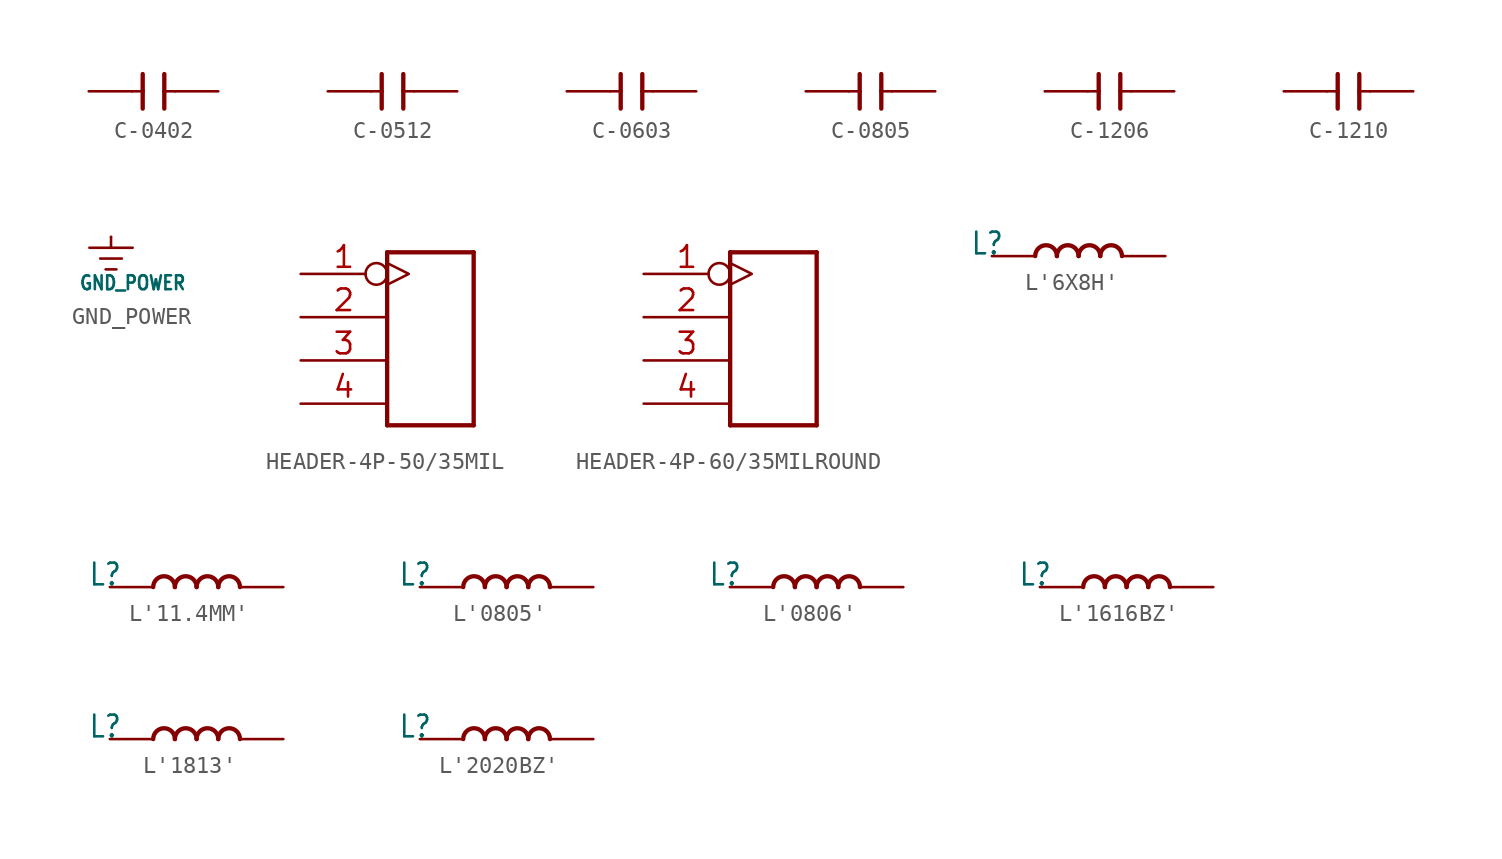
<source format=kicad_sym>
(kicad_symbol_lib
  (version 20220914)
  (generator kicad_symbol_editor)
  (symbol "C-0402"
    (property "Reference" "C"
      (at -3.81 0 0)
      (effects (font (size 1.27 1.079)) (justify left bottom) hide))
    (property "ki_locked" ""
      (at 0 0 0)
      (effects (font (size 1.27 1.27))))
    (symbol "C-0402_1_0"
      (polyline (pts (xy -1.27 0) (xy -0.635 0)) (stroke (width 0.152) (type solid)) (fill (type none)))
      (polyline (pts (xy -0.635 -1.016) (xy -0.635 0)) (stroke (width 0.254) (type solid)) (fill (type none)))
      (polyline (pts (xy -0.635 0) (xy -0.635 1.016)) (stroke (width 0.254) (type solid)) (fill (type none)))
      (polyline (pts (xy 0.635 0) (xy 0.635 -1.016)) (stroke (width 0.254) (type solid)) (fill (type none)))
      (polyline (pts (xy 0.635 0) (xy 1.27 0)) (stroke (width 0.152) (type solid)) (fill (type none)))
      (polyline (pts (xy 0.635 1.016) (xy 0.635 0)) (stroke (width 0.254) (type solid)) (fill (type none)))
      (pin passive line (at -3.81 0 0) (length 2.54) (name "1" (effects (font (size 0 0)))) (number "1" (effects (font (size 0 0)))))
      (pin passive line (at 3.81 0 180) (length 2.54) (name "2" (effects (font (size 0 0)))) (number "2" (effects (font (size 0 0)))))))
  (symbol "C-0512"
    (property "Reference" "C"
      (at -3.81 0 0)
      (effects (font (size 1.27 1.079)) (justify left bottom) hide))
    (property "ki_locked" ""
      (at 0 0 0)
      (effects (font (size 1.27 1.27))))
    (symbol "C-0512_1_0"
      (polyline (pts (xy -1.27 0) (xy -0.635 0)) (stroke (width 0.152) (type solid)) (fill (type none)))
      (polyline (pts (xy -0.635 -1.016) (xy -0.635 0)) (stroke (width 0.254) (type solid)) (fill (type none)))
      (polyline (pts (xy -0.635 0) (xy -0.635 1.016)) (stroke (width 0.254) (type solid)) (fill (type none)))
      (polyline (pts (xy 0.635 0) (xy 0.635 -1.016)) (stroke (width 0.254) (type solid)) (fill (type none)))
      (polyline (pts (xy 0.635 0) (xy 1.27 0)) (stroke (width 0.152) (type solid)) (fill (type none)))
      (polyline (pts (xy 0.635 1.016) (xy 0.635 0)) (stroke (width 0.254) (type solid)) (fill (type none)))
      (pin passive line (at -3.81 0 0) (length 2.54) (name "1" (effects (font (size 0 0)))) (number "P$1" (effects (font (size 0 0)))))
      (pin passive line (at 3.81 0 180) (length 2.54) (name "2" (effects (font (size 0 0)))) (number "P$2" (effects (font (size 0 0)))))))
  (symbol "C-0603"
    (property "Reference" "C"
      (at -3.81 0 0)
      (effects (font (size 1.27 1.079)) (justify left bottom) hide))
    (property "ki_locked" ""
      (at 0 0 0)
      (effects (font (size 1.27 1.27))))
    (symbol "C-0603_1_0"
      (polyline (pts (xy -1.27 0) (xy -0.635 0)) (stroke (width 0.152) (type solid)) (fill (type none)))
      (polyline (pts (xy -0.635 -1.016) (xy -0.635 0)) (stroke (width 0.254) (type solid)) (fill (type none)))
      (polyline (pts (xy -0.635 0) (xy -0.635 1.016)) (stroke (width 0.254) (type solid)) (fill (type none)))
      (polyline (pts (xy 0.635 0) (xy 0.635 -1.016)) (stroke (width 0.254) (type solid)) (fill (type none)))
      (polyline (pts (xy 0.635 0) (xy 1.27 0)) (stroke (width 0.152) (type solid)) (fill (type none)))
      (polyline (pts (xy 0.635 1.016) (xy 0.635 0)) (stroke (width 0.254) (type solid)) (fill (type none)))
      (pin passive line (at -3.81 0 0) (length 2.54) (name "1" (effects (font (size 0 0)))) (number "1" (effects (font (size 0 0)))))
      (pin passive line (at 3.81 0 180) (length 2.54) (name "2" (effects (font (size 0 0)))) (number "2" (effects (font (size 0 0)))))))
  (symbol "C-0805"
    (property "Reference" "C"
      (at -3.81 0 0)
      (effects (font (size 1.27 1.079)) (justify left bottom) hide))
    (property "ki_locked" ""
      (at 0 0 0)
      (effects (font (size 1.27 1.27))))
    (symbol "C-0805_1_0"
      (polyline (pts (xy -1.27 0) (xy -0.635 0)) (stroke (width 0.152) (type solid)) (fill (type none)))
      (polyline (pts (xy -0.635 -1.016) (xy -0.635 0)) (stroke (width 0.254) (type solid)) (fill (type none)))
      (polyline (pts (xy -0.635 0) (xy -0.635 1.016)) (stroke (width 0.254) (type solid)) (fill (type none)))
      (polyline (pts (xy 0.635 0) (xy 0.635 -1.016)) (stroke (width 0.254) (type solid)) (fill (type none)))
      (polyline (pts (xy 0.635 0) (xy 1.27 0)) (stroke (width 0.152) (type solid)) (fill (type none)))
      (polyline (pts (xy 0.635 1.016) (xy 0.635 0)) (stroke (width 0.254) (type solid)) (fill (type none)))
      (pin passive line (at -3.81 0 0) (length 2.54) (name "1" (effects (font (size 0 0)))) (number "1" (effects (font (size 0 0)))))
      (pin passive line (at 3.81 0 180) (length 2.54) (name "2" (effects (font (size 0 0)))) (number "2" (effects (font (size 0 0)))))))
  (symbol "C-1206"
    (property "Reference" "C"
      (at -3.81 0 0)
      (effects (font (size 1.27 1.079)) (justify left bottom) hide))
    (property "ki_locked" ""
      (at 0 0 0)
      (effects (font (size 1.27 1.27))))
    (symbol "C-1206_1_0"
      (polyline (pts (xy -1.27 0) (xy -0.635 0)) (stroke (width 0.152) (type solid)) (fill (type none)))
      (polyline (pts (xy -0.635 -1.016) (xy -0.635 0)) (stroke (width 0.254) (type solid)) (fill (type none)))
      (polyline (pts (xy -0.635 0) (xy -0.635 1.016)) (stroke (width 0.254) (type solid)) (fill (type none)))
      (polyline (pts (xy 0.635 0) (xy 0.635 -1.016)) (stroke (width 0.254) (type solid)) (fill (type none)))
      (polyline (pts (xy 0.635 0) (xy 1.27 0)) (stroke (width 0.152) (type solid)) (fill (type none)))
      (polyline (pts (xy 0.635 1.016) (xy 0.635 0)) (stroke (width 0.254) (type solid)) (fill (type none)))
      (pin passive line (at -3.81 0 0) (length 2.54) (name "1" (effects (font (size 0 0)))) (number "1" (effects (font (size 0 0)))))
      (pin passive line (at 3.81 0 180) (length 2.54) (name "2" (effects (font (size 0 0)))) (number "2" (effects (font (size 0 0)))))))
  (symbol "C-1210"
    (property "Reference" "C"
      (at -3.81 0 0)
      (effects (font (size 1.27 1.079)) (justify left bottom) hide))
    (property "ki_locked" ""
      (at 0 0 0)
      (effects (font (size 1.27 1.27))))
    (symbol "C-1210_1_0"
      (polyline (pts (xy -1.27 0) (xy -0.635 0)) (stroke (width 0.152) (type solid)) (fill (type none)))
      (polyline (pts (xy -0.635 -1.016) (xy -0.635 0)) (stroke (width 0.254) (type solid)) (fill (type none)))
      (polyline (pts (xy -0.635 0) (xy -0.635 1.016)) (stroke (width 0.254) (type solid)) (fill (type none)))
      (polyline (pts (xy 0.635 0) (xy 0.635 -1.016)) (stroke (width 0.254) (type solid)) (fill (type none)))
      (polyline (pts (xy 0.635 0) (xy 1.27 0)) (stroke (width 0.152) (type solid)) (fill (type none)))
      (polyline (pts (xy 0.635 1.016) (xy 0.635 0)) (stroke (width 0.254) (type solid)) (fill (type none)))
      (pin passive line (at -3.81 0 0) (length 2.54) (name "1" (effects (font (size 0 0)))) (number "1" (effects (font (size 0 0)))))
      (pin passive line (at 3.81 0 180) (length 2.54) (name "2" (effects (font (size 0 0)))) (number "2" (effects (font (size 0 0)))))))
  (symbol "GND_POWER"
    (power)
    (property "Reference" ""
      (at 0 0 0)
      (effects (font (size 1.27 1.27)) hide))
    (property "Value" "GND_POWER"
      (at -1.905 -3.175 0)
      (effects (font (size 0.813 0.691)) (justify left bottom)))
    (property "ki_locked" ""
      (at 0 0 0)
      (effects (font (size 1.27 1.27))))
    (symbol "GND_POWER_1_0"
      (polyline (pts (xy -1.27 -0.635) (xy 0 -0.635)) (stroke (width 0.152) (type solid)) (fill (type none)))
      (polyline (pts (xy -0.635 -1.27) (xy 0.635 -1.27)) (stroke (width 0.152) (type solid)) (fill (type none)))
      (polyline (pts (xy -0.318 -1.905) (xy 0.318 -1.905)) (stroke (width 0.152) (type solid)) (fill (type none)))
      (polyline (pts (xy 0 -0.635) (xy 1.27 -0.635)) (stroke (width 0.152) (type solid)) (fill (type none)))
      (polyline (pts (xy 0 0) (xy 0 -0.635)) (stroke (width 0.152) (type solid)) (fill (type none)))
      (pin power_in line (at 0 0 270) (length 0) (name "GND" (effects (font (size 0 0)))) (number "1" (effects (font (size 0 0)))))))
  (symbol "HEADER-4P-50/35MIL"
    (property "Reference" "J"
      (at -3.81 5.08 0)
      (effects (font (size 1.27 1.079)) (justify left bottom) hide))
    (property "ki_locked" ""
      (at 0 0 0)
      (effects (font (size 1.27 1.27))))
    (symbol "HEADER-4P-50/35MIL_1_0"
      (polyline (pts (xy -2.54 -5.08) (xy -2.54 5.08)) (stroke (width 0.254) (type solid)) (fill (type none)))
      (polyline (pts (xy -2.54 5.08) (xy 2.54 5.08)) (stroke (width 0.254) (type solid)) (fill (type none)))
      (polyline (pts (xy 2.54 -5.08) (xy -2.54 -5.08)) (stroke (width 0.254) (type solid)) (fill (type none)))
      (polyline (pts (xy 2.54 5.08) (xy 2.54 -5.08)) (stroke (width 0.254) (type solid)) (fill (type none)))
      (pin bidirectional inverted_clock (at -7.62 3.81 0) (length 5.08) (name "P$1" (effects (font (size 0 0)))) (number "1" (effects (font (size 1.27 1.27)))))
      (pin bidirectional line (at -7.62 1.27 0) (length 5.08) (name "P$2" (effects (font (size 0 0)))) (number "2" (effects (font (size 1.27 1.27)))))
      (pin bidirectional line (at -7.62 -1.27 0) (length 5.08) (name "P$3" (effects (font (size 0 0)))) (number "3" (effects (font (size 1.27 1.27)))))
      (pin bidirectional line (at -7.62 -3.81 0) (length 5.08) (name "P$4" (effects (font (size 0 0)))) (number "4" (effects (font (size 1.27 1.27)))))))
  (symbol "HEADER-4P-60/35MILROUND"
    (property "Reference" "J"
      (at -3.81 5.08 0)
      (effects (font (size 1.27 1.079)) (justify left bottom) hide))
    (property "ki_locked" ""
      (at 0 0 0)
      (effects (font (size 1.27 1.27))))
    (symbol "HEADER-4P-60/35MILROUND_1_0"
      (polyline (pts (xy -2.54 -5.08) (xy -2.54 5.08)) (stroke (width 0.254) (type solid)) (fill (type none)))
      (polyline (pts (xy -2.54 5.08) (xy 2.54 5.08)) (stroke (width 0.254) (type solid)) (fill (type none)))
      (polyline (pts (xy 2.54 -5.08) (xy -2.54 -5.08)) (stroke (width 0.254) (type solid)) (fill (type none)))
      (polyline (pts (xy 2.54 5.08) (xy 2.54 -5.08)) (stroke (width 0.254) (type solid)) (fill (type none)))
      (pin bidirectional inverted_clock (at -7.62 3.81 0) (length 5.08) (name "P$1" (effects (font (size 0 0)))) (number "1" (effects (font (size 1.27 1.27)))))
      (pin bidirectional line (at -7.62 1.27 0) (length 5.08) (name "P$2" (effects (font (size 0 0)))) (number "2" (effects (font (size 1.27 1.27)))))
      (pin bidirectional line (at -7.62 -1.27 0) (length 5.08) (name "P$3" (effects (font (size 0 0)))) (number "3" (effects (font (size 1.27 1.27)))))
      (pin bidirectional line (at -7.62 -3.81 0) (length 5.08) (name "P$4" (effects (font (size 0 0)))) (number "4" (effects (font (size 1.27 1.27)))))))
  (symbol "L'6X8H'"
    (property "Reference" "L"
      (at -6.35 0 0)
      (effects (font (size 1.27 1.079)) (justify left bottom)))
    (property "Value" ""
      (at 2.54 0 0)
      (effects (font (size 1.27 1.079)) (justify left bottom)))
    (property "ki_locked" ""
      (at 0 0 0)
      (effects (font (size 1.27 1.27))))
    (symbol "L'6X8H'_1_0"
      (arc (start -1.27 0) (mid -1.905 0.635) (end -2.54 0) (stroke (width 0.254) (type solid)) (fill (type none)))
      (arc (start 0 0) (mid -0.635 0.635) (end -1.27 0) (stroke (width 0.254) (type solid)) (fill (type none)))
      (arc (start 1.27 0) (mid 0.635 0.635) (end 0 0) (stroke (width 0.254) (type solid)) (fill (type none)))
      (arc (start 2.54 0) (mid 1.905 0.635) (end 1.27 0) (stroke (width 0.254) (type solid)) (fill (type none)))
      (pin passive line (at -5.08 0 0) (length 2.54) (name "1" (effects (font (size 0 0)))) (number "1" (effects (font (size 0 0)))))
      (pin passive line (at 5.08 0 180) (length 2.54) (name "2" (effects (font (size 0 0)))) (number "2" (effects (font (size 0 0)))))))
  (symbol "L'11.4MM'"
    (property "Reference" "L"
      (at -6.35 0 0)
      (effects (font (size 1.27 1.079)) (justify left bottom)))
    (property "Value" ""
      (at 2.54 0 0)
      (effects (font (size 1.27 1.079)) (justify left bottom)))
    (property "ki_locked" ""
      (at 0 0 0)
      (effects (font (size 1.27 1.27))))
    (symbol "L'11.4MM'_1_0"
      (arc (start -1.27 0) (mid -1.905 0.635) (end -2.54 0) (stroke (width 0.254) (type solid)) (fill (type none)))
      (arc (start 0 0) (mid -0.635 0.635) (end -1.27 0) (stroke (width 0.254) (type solid)) (fill (type none)))
      (arc (start 1.27 0) (mid 0.635 0.635) (end 0 0) (stroke (width 0.254) (type solid)) (fill (type none)))
      (arc (start 2.54 0) (mid 1.905 0.635) (end 1.27 0) (stroke (width 0.254) (type solid)) (fill (type none)))
      (pin passive line (at -5.08 0 0) (length 2.54) (name "1" (effects (font (size 0 0)))) (number "1" (effects (font (size 0 0)))))
      (pin passive line (at 5.08 0 180) (length 2.54) (name "2" (effects (font (size 0 0)))) (number "2" (effects (font (size 0 0)))))))
  (symbol "L'0805'"
    (property "Reference" "L"
      (at -6.35 0 0)
      (effects (font (size 1.27 1.079)) (justify left bottom)))
    (property "Value" ""
      (at 2.54 0 0)
      (effects (font (size 1.27 1.079)) (justify left bottom)))
    (property "ki_locked" ""
      (at 0 0 0)
      (effects (font (size 1.27 1.27))))
    (symbol "L'0805'_1_0"
      (arc (start -1.27 0) (mid -1.905 0.635) (end -2.54 0) (stroke (width 0.254) (type solid)) (fill (type none)))
      (arc (start 0 0) (mid -0.635 0.635) (end -1.27 0) (stroke (width 0.254) (type solid)) (fill (type none)))
      (arc (start 1.27 0) (mid 0.635 0.635) (end 0 0) (stroke (width 0.254) (type solid)) (fill (type none)))
      (arc (start 2.54 0) (mid 1.905 0.635) (end 1.27 0) (stroke (width 0.254) (type solid)) (fill (type none)))
      (pin passive line (at -5.08 0 0) (length 2.54) (name "1" (effects (font (size 0 0)))) (number "1" (effects (font (size 0 0)))))
      (pin passive line (at 5.08 0 180) (length 2.54) (name "2" (effects (font (size 0 0)))) (number "2" (effects (font (size 0 0)))))))
  (symbol "L'0806'"
    (property "Reference" "L"
      (at -6.35 0 0)
      (effects (font (size 1.27 1.079)) (justify left bottom)))
    (property "Value" ""
      (at 2.54 0 0)
      (effects (font (size 1.27 1.079)) (justify left bottom)))
    (property "ki_locked" ""
      (at 0 0 0)
      (effects (font (size 1.27 1.27))))
    (symbol "L'0806'_1_0"
      (arc (start -1.27 0) (mid -1.905 0.635) (end -2.54 0) (stroke (width 0.254) (type solid)) (fill (type none)))
      (arc (start 0 0) (mid -0.635 0.635) (end -1.27 0) (stroke (width 0.254) (type solid)) (fill (type none)))
      (arc (start 1.27 0) (mid 0.635 0.635) (end 0 0) (stroke (width 0.254) (type solid)) (fill (type none)))
      (arc (start 2.54 0) (mid 1.905 0.635) (end 1.27 0) (stroke (width 0.254) (type solid)) (fill (type none)))
      (pin passive line (at -5.08 0 0) (length 2.54) (name "1" (effects (font (size 0 0)))) (number "1" (effects (font (size 0 0)))))
      (pin passive line (at 5.08 0 180) (length 2.54) (name "2" (effects (font (size 0 0)))) (number "2" (effects (font (size 0 0)))))))
  (symbol "L'1616BZ'"
    (property "Reference" "L"
      (at -6.35 0 0)
      (effects (font (size 1.27 1.079)) (justify left bottom)))
    (property "Value" ""
      (at 2.54 0 0)
      (effects (font (size 1.27 1.079)) (justify left bottom)))
    (property "ki_locked" ""
      (at 0 0 0)
      (effects (font (size 1.27 1.27))))
    (symbol "L'1616BZ'_1_0"
      (arc (start -1.27 0) (mid -1.905 0.635) (end -2.54 0) (stroke (width 0.254) (type solid)) (fill (type none)))
      (arc (start 0 0) (mid -0.635 0.635) (end -1.27 0) (stroke (width 0.254) (type solid)) (fill (type none)))
      (arc (start 1.27 0) (mid 0.635 0.635) (end 0 0) (stroke (width 0.254) (type solid)) (fill (type none)))
      (arc (start 2.54 0) (mid 1.905 0.635) (end 1.27 0) (stroke (width 0.254) (type solid)) (fill (type none)))
      (pin passive line (at -5.08 0 0) (length 2.54) (name "1" (effects (font (size 0 0)))) (number "1" (effects (font (size 0 0)))))
      (pin passive line (at 5.08 0 180) (length 2.54) (name "2" (effects (font (size 0 0)))) (number "2" (effects (font (size 0 0)))))))
  (symbol "L'1813'"
    (property "Reference" "L"
      (at -6.35 0 0)
      (effects (font (size 1.27 1.079)) (justify left bottom)))
    (property "Value" ""
      (at 2.54 0 0)
      (effects (font (size 1.27 1.079)) (justify left bottom)))
    (property "ki_locked" ""
      (at 0 0 0)
      (effects (font (size 1.27 1.27))))
    (symbol "L'1813'_1_0"
      (arc (start -1.27 0) (mid -1.905 0.635) (end -2.54 0) (stroke (width 0.254) (type solid)) (fill (type none)))
      (arc (start 0 0) (mid -0.635 0.635) (end -1.27 0) (stroke (width 0.254) (type solid)) (fill (type none)))
      (arc (start 1.27 0) (mid 0.635 0.635) (end 0 0) (stroke (width 0.254) (type solid)) (fill (type none)))
      (arc (start 2.54 0) (mid 1.905 0.635) (end 1.27 0) (stroke (width 0.254) (type solid)) (fill (type none)))
      (pin passive line (at -5.08 0 0) (length 2.54) (name "1" (effects (font (size 0 0)))) (number "1" (effects (font (size 0 0)))))
      (pin passive line (at 5.08 0 180) (length 2.54) (name "2" (effects (font (size 0 0)))) (number "2" (effects (font (size 0 0)))))))
  (symbol "L'2020BZ'"
    (property "Reference" "L"
      (at -6.35 0 0)
      (effects (font (size 1.27 1.079)) (justify left bottom)))
    (property "Value" ""
      (at 2.54 0 0)
      (effects (font (size 1.27 1.079)) (justify left bottom)))
    (property "ki_locked" ""
      (at 0 0 0)
      (effects (font (size 1.27 1.27))))
    (symbol "L'2020BZ'_1_0"
      (arc (start -1.27 0) (mid -1.905 0.635) (end -2.54 0) (stroke (width 0.254) (type solid)) (fill (type none)))
      (arc (start 0 0) (mid -0.635 0.635) (end -1.27 0) (stroke (width 0.254) (type solid)) (fill (type none)))
      (arc (start 1.27 0) (mid 0.635 0.635) (end 0 0) (stroke (width 0.254) (type solid)) (fill (type none)))
      (arc (start 2.54 0) (mid 1.905 0.635) (end 1.27 0) (stroke (width 0.254) (type solid)) (fill (type none)))
      (pin passive line (at -5.08 0 0) (length 2.54) (name "1" (effects (font (size 0 0)))) (number "1" (effects (font (size 0 0)))))
      (pin passive line (at 5.08 0 180) (length 2.54) (name "2" (effects (font (size 0 0)))) (number "2" (effects (font (size 0 0))))))))
</source>
